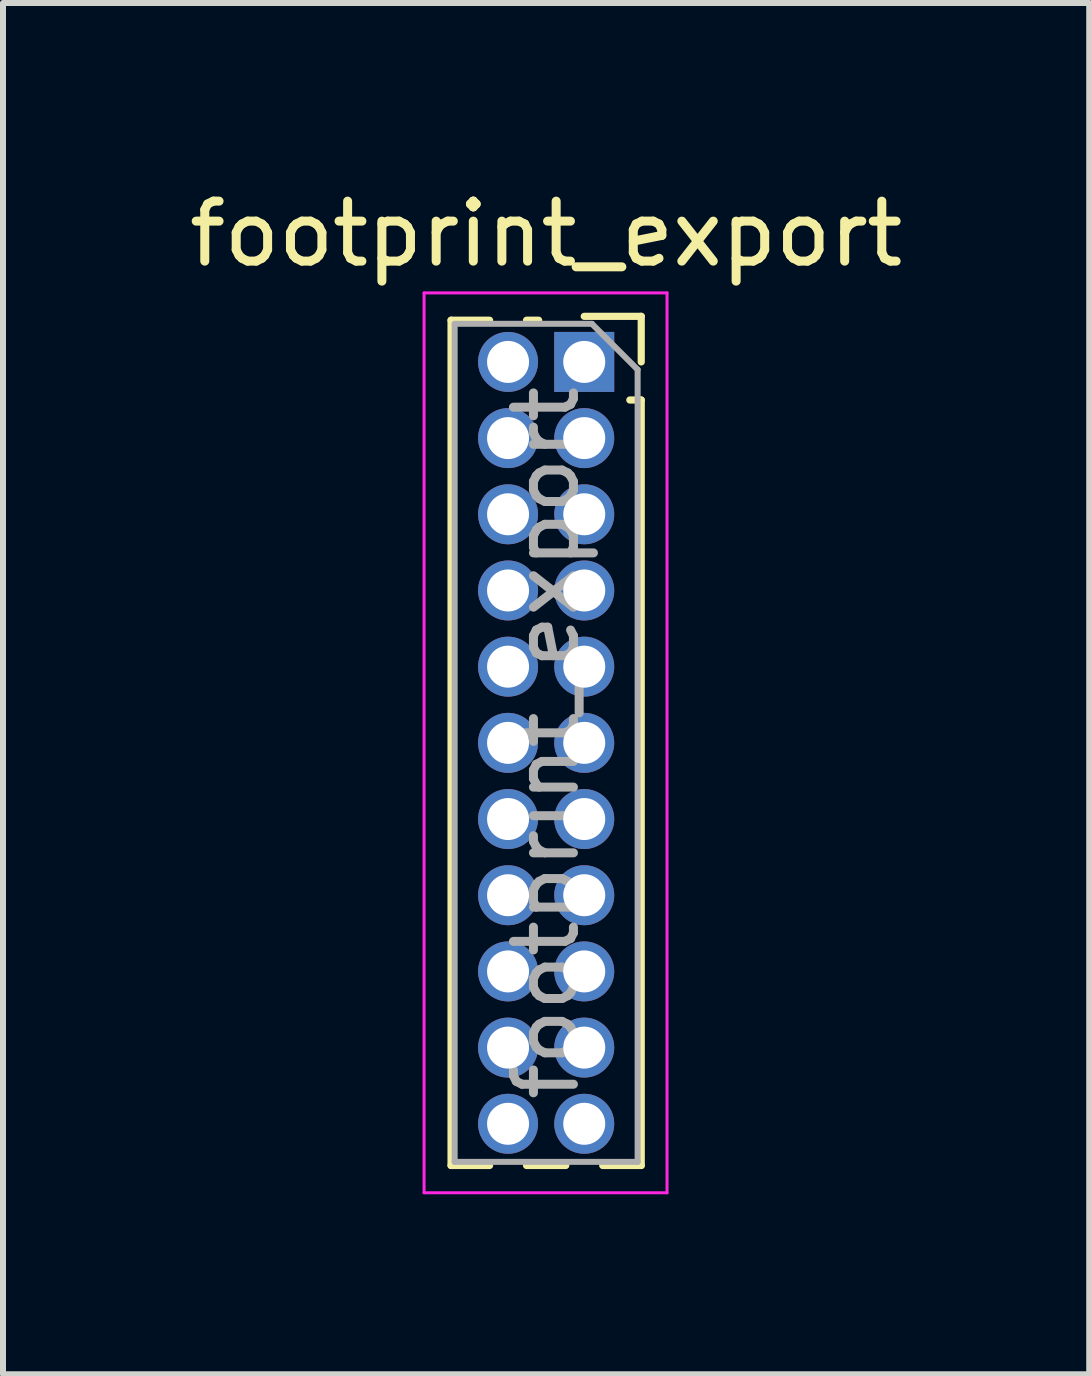
<source format=kicad_pcb>
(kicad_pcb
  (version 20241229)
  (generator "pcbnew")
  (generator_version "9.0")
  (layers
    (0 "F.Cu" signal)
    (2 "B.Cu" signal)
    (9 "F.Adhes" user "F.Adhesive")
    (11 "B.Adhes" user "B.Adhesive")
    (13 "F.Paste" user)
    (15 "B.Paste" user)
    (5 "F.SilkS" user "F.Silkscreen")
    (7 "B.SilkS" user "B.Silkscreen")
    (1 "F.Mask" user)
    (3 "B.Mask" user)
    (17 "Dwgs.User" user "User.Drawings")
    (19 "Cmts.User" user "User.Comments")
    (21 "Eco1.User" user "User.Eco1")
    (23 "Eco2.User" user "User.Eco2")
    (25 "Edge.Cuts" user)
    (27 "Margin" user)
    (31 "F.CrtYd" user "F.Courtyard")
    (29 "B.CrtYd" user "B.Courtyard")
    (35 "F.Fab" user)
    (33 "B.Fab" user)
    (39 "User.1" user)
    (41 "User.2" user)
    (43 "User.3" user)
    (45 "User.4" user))
  (footprint "footprint_export"
    (layer "F.Cu")
    (at 6.689 2.983)
    (property "Reference" "footprint_export" (at -0.635 -2.135 0) (layer "F.SilkS") (effects (font (size 1 1) (thickness 0.15))))
    (attr through_hole)
    (fp_line (start -2.22 -0.695) (end -2.22 13.395) (stroke (width 0.12) (type solid)) (layer "F.SilkS"))
    (fp_line (start -2.22 -0.695) (end -1.578 -0.695) (stroke (width 0.12) (type solid)) (layer "F.SilkS"))
    (fp_line (start -2.22 13.395) (end -1.578 13.395) (stroke (width 0.12) (type solid)) (layer "F.SilkS"))
    (fp_line (start -0.962 -0.695) (end -0.76 -0.695) (stroke (width 0.12) (type solid)) (layer "F.SilkS"))
    (fp_line (start -0.962 13.395) (end -0.308 13.395) (stroke (width 0.12) (type solid)) (layer "F.SilkS"))
    (fp_line (start 0 -0.76) (end 0.95 -0.76) (stroke (width 0.12) (type solid)) (layer "F.SilkS"))
    (fp_line (start 0.308 13.395) (end 0.95 13.395) (stroke (width 0.12) (type solid)) (layer "F.SilkS"))
    (fp_line (start 0.76 0.635) (end 0.95 0.635) (stroke (width 0.12) (type solid)) (layer "F.SilkS"))
    (fp_line (start 0.95 -0.76) (end 0.95 0) (stroke (width 0.12) (type solid)) (layer "F.SilkS"))
    (fp_line (start 0.95 0.635) (end 0.95 13.395) (stroke (width 0.12) (type solid)) (layer "F.SilkS"))
    (fp_line (start -2.67 -1.15) (end 1.38 -1.15) (stroke (width 0.05) (type solid)) (layer "F.CrtYd"))
    (fp_line (start -2.67 13.85) (end -2.67 -1.15) (stroke (width 0.05) (type solid)) (layer "F.CrtYd"))
    (fp_line (start 1.38 -1.15) (end 1.38 13.85) (stroke (width 0.05) (type solid)) (layer "F.CrtYd"))
    (fp_line (start 1.38 13.85) (end -2.67 13.85) (stroke (width 0.05) (type solid)) (layer "F.CrtYd"))
    (fp_line (start -2.16 -0.635) (end 0.128 -0.635) (stroke (width 0.1) (type solid)) (layer "F.Fab"))
    (fp_line (start -2.16 13.335) (end -2.16 -0.635) (stroke (width 0.1) (type solid)) (layer "F.Fab"))
    (fp_line (start 0.128 -0.635) (end 0.89 0.128) (stroke (width 0.1) (type solid)) (layer "F.Fab"))
    (fp_line (start 0.89 0.128) (end 0.89 13.335) (stroke (width 0.1) (type solid)) (layer "F.Fab"))
    (fp_line (start 0.89 13.335) (end -2.16 13.335) (stroke (width 0.1) (type solid)) (layer "F.Fab"))
    (fp_text user "${REFERENCE}" (at -0.635 6.35 90) (layer "F.Fab") (effects (font (size 1 1) (thickness 0.15))))
    (pad "1" thru_hole rect (at 0 0) (size 1 1) (drill 0.7) (layers "*.Cu" "*.Mask"))
    (pad "2" thru_hole oval (at -1.27 0) (size 1 1) (drill 0.7) (layers "*.Cu" "*.Mask"))
    (pad "3" thru_hole oval (at 0 1.27) (size 1 1) (drill 0.7) (layers "*.Cu" "*.Mask"))
    (pad "4" thru_hole oval (at -1.27 1.27) (size 1 1) (drill 0.7) (layers "*.Cu" "*.Mask"))
    (pad "5" thru_hole oval (at 0 2.54) (size 1 1) (drill 0.7) (layers "*.Cu" "*.Mask"))
    (pad "6" thru_hole oval (at -1.27 2.54) (size 1 1) (drill 0.7) (layers "*.Cu" "*.Mask"))
    (pad "7" thru_hole oval (at 0 3.81) (size 1 1) (drill 0.7) (layers "*.Cu" "*.Mask"))
    (pad "8" thru_hole oval (at -1.27 3.81) (size 1 1) (drill 0.7) (layers "*.Cu" "*.Mask"))
    (pad "9" thru_hole oval (at 0 5.08) (size 1 1) (drill 0.7) (layers "*.Cu" "*.Mask"))
    (pad "10" thru_hole oval (at -1.27 5.08) (size 1 1) (drill 0.7) (layers "*.Cu" "*.Mask"))
    (pad "11" thru_hole oval (at 0 6.35) (size 1 1) (drill 0.7) (layers "*.Cu" "*.Mask"))
    (pad "12" thru_hole oval (at -1.27 6.35) (size 1 1) (drill 0.7) (layers "*.Cu" "*.Mask"))
    (pad "13" thru_hole oval (at 0 7.62) (size 1 1) (drill 0.7) (layers "*.Cu" "*.Mask"))
    (pad "14" thru_hole oval (at -1.27 7.62) (size 1 1) (drill 0.7) (layers "*.Cu" "*.Mask"))
    (pad "15" thru_hole oval (at 0 8.89) (size 1 1) (drill 0.7) (layers "*.Cu" "*.Mask"))
    (pad "16" thru_hole oval (at -1.27 8.89) (size 1 1) (drill 0.7) (layers "*.Cu" "*.Mask"))
    (pad "17" thru_hole oval (at 0 10.16) (size 1 1) (drill 0.7) (layers "*.Cu" "*.Mask"))
    (pad "18" thru_hole oval (at -1.27 10.16) (size 1 1) (drill 0.7) (layers "*.Cu" "*.Mask"))
    (pad "19" thru_hole oval (at 0 11.43) (size 1 1) (drill 0.7) (layers "*.Cu" "*.Mask"))
    (pad "20" thru_hole oval (at -1.27 11.43) (size 1 1) (drill 0.7) (layers "*.Cu" "*.Mask"))
    (pad "21" thru_hole oval (at 0 12.7) (size 1 1) (drill 0.7) (layers "*.Cu" "*.Mask"))
    (pad "22" thru_hole oval (at -1.27 12.7) (size 1 1) (drill 0.7) (layers "*.Cu" "*.Mask")))
  (gr_rect
    (start -3 -3)
    (end 15.107 19.858)
    (stroke (width 0.1) (type default))
    (fill no)
    (layer "Edge.Cuts")))
</source>
